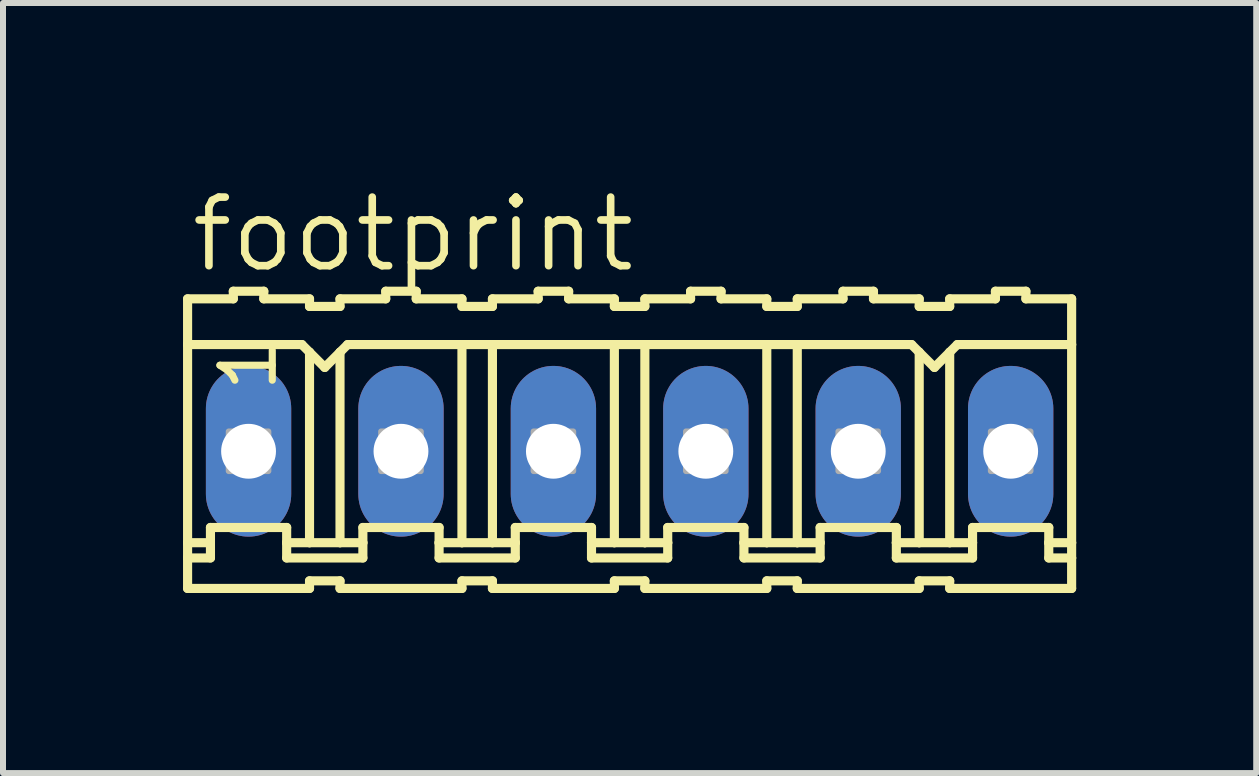
<source format=kicad_pcb>
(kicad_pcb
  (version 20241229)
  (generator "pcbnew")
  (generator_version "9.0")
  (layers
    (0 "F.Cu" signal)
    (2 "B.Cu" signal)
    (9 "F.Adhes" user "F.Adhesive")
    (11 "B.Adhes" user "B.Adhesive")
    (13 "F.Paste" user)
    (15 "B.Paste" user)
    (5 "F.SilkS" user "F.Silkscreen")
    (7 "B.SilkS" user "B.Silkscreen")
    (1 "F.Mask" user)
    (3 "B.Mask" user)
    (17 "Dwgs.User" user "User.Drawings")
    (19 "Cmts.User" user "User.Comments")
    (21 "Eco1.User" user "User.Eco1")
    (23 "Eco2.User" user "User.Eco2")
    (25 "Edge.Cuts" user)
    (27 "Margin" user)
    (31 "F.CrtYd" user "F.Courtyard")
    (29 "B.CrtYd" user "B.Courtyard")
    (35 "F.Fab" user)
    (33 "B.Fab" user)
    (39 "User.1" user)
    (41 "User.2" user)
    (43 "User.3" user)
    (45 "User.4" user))
  (footprint "footprint"
    (layer "F.Cu")
    (at 7.442 4.47)
    (property "Reference" "footprint" (at -7.366 -2.946 0) (layer "F.SilkS") (effects (font (size 1.143 1.143) (thickness 0.127)) (justify left bottom)))
    (fp_line (start -7.366 -2.54) (end -7.366 -1.778) (stroke (width 0.152) (type solid)) (layer "F.SilkS"))
    (fp_line (start -7.366 -2.54) (end -6.604 -2.54) (stroke (width 0.152) (type solid)) (layer "F.SilkS"))
    (fp_line (start -7.366 -1.778) (end -7.366 1.524) (stroke (width 0.152) (type solid)) (layer "F.SilkS"))
    (fp_line (start -7.366 1.524) (end -7.366 1.778) (stroke (width 0.152) (type solid)) (layer "F.SilkS"))
    (fp_line (start -7.366 1.778) (end -7.366 2.286) (stroke (width 0.152) (type solid)) (layer "F.SilkS"))
    (fp_line (start -7.366 1.778) (end -6.985 1.778) (stroke (width 0.152) (type solid)) (layer "F.SilkS"))
    (fp_line (start -6.985 1.27) (end -5.715 1.27) (stroke (width 0.152) (type solid)) (layer "F.SilkS"))
    (fp_line (start -6.985 1.524) (end -7.366 1.524) (stroke (width 0.152) (type solid)) (layer "F.SilkS"))
    (fp_line (start -6.985 1.524) (end -6.985 1.27) (stroke (width 0.152) (type solid)) (layer "F.SilkS"))
    (fp_line (start -6.985 1.778) (end -6.985 1.524) (stroke (width 0.152) (type solid)) (layer "F.SilkS"))
    (fp_line (start -6.604 -2.54) (end -6.604 -2.667) (stroke (width 0.152) (type solid)) (layer "F.SilkS"))
    (fp_line (start -6.096 -2.667) (end -6.604 -2.667) (stroke (width 0.152) (type solid)) (layer "F.SilkS"))
    (fp_line (start -6.096 -2.54) (end -6.096 -2.667) (stroke (width 0.152) (type solid)) (layer "F.SilkS"))
    (fp_line (start -5.715 1.524) (end -5.715 1.27) (stroke (width 0.152) (type solid)) (layer "F.SilkS"))
    (fp_line (start -5.715 1.524) (end -5.334 1.524) (stroke (width 0.152) (type solid)) (layer "F.SilkS"))
    (fp_line (start -5.715 1.778) (end -5.715 1.524) (stroke (width 0.152) (type solid)) (layer "F.SilkS"))
    (fp_line (start -5.461 -1.778) (end -7.366 -1.778) (stroke (width 0.152) (type solid)) (layer "F.SilkS"))
    (fp_line (start -5.461 -1.778) (end -5.334 -1.651) (stroke (width 0.152) (type solid)) (layer "F.SilkS"))
    (fp_line (start -5.334 -2.54) (end -6.096 -2.54) (stroke (width 0.152) (type solid)) (layer "F.SilkS"))
    (fp_line (start -5.334 -2.413) (end -5.334 -2.54) (stroke (width 0.152) (type solid)) (layer "F.SilkS"))
    (fp_line (start -5.334 -2.413) (end -4.826 -2.413) (stroke (width 0.152) (type solid)) (layer "F.SilkS"))
    (fp_line (start -5.334 -1.651) (end -5.334 1.524) (stroke (width 0.152) (type solid)) (layer "F.SilkS"))
    (fp_line (start -5.334 -1.651) (end -5.08 -1.397) (stroke (width 0.152) (type solid)) (layer "F.SilkS"))
    (fp_line (start -5.334 1.524) (end -4.826 1.524) (stroke (width 0.152) (type solid)) (layer "F.SilkS"))
    (fp_line (start -5.334 2.159) (end -5.334 2.286) (stroke (width 0.152) (type solid)) (layer "F.SilkS"))
    (fp_line (start -5.334 2.286) (end -7.366 2.286) (stroke (width 0.152) (type solid)) (layer "F.SilkS"))
    (fp_line (start -5.08 -1.397) (end -4.826 -1.651) (stroke (width 0.152) (type solid)) (layer "F.SilkS"))
    (fp_line (start -4.826 -2.54) (end -4.064 -2.54) (stroke (width 0.152) (type solid)) (layer "F.SilkS"))
    (fp_line (start -4.826 -2.413) (end -4.826 -2.54) (stroke (width 0.152) (type solid)) (layer "F.SilkS"))
    (fp_line (start -4.826 -1.651) (end -4.826 1.524) (stroke (width 0.152) (type solid)) (layer "F.SilkS"))
    (fp_line (start -4.826 -1.651) (end -4.699 -1.778) (stroke (width 0.152) (type solid)) (layer "F.SilkS"))
    (fp_line (start -4.826 1.524) (end -4.445 1.524) (stroke (width 0.152) (type solid)) (layer "F.SilkS"))
    (fp_line (start -4.826 2.159) (end -5.334 2.159) (stroke (width 0.152) (type solid)) (layer "F.SilkS"))
    (fp_line (start -4.826 2.159) (end -4.826 2.286) (stroke (width 0.152) (type solid)) (layer "F.SilkS"))
    (fp_line (start -4.826 2.286) (end -2.794 2.286) (stroke (width 0.152) (type solid)) (layer "F.SilkS"))
    (fp_line (start -4.699 -1.778) (end -2.794 -1.778) (stroke (width 0.152) (type solid)) (layer "F.SilkS"))
    (fp_line (start -4.445 1.27) (end -3.175 1.27) (stroke (width 0.152) (type solid)) (layer "F.SilkS"))
    (fp_line (start -4.445 1.524) (end -4.445 1.27) (stroke (width 0.152) (type solid)) (layer "F.SilkS"))
    (fp_line (start -4.445 1.778) (end -5.715 1.778) (stroke (width 0.152) (type solid)) (layer "F.SilkS"))
    (fp_line (start -4.445 1.778) (end -4.445 1.524) (stroke (width 0.152) (type solid)) (layer "F.SilkS"))
    (fp_line (start -4.064 -2.54) (end -4.064 -2.667) (stroke (width 0.152) (type solid)) (layer "F.SilkS"))
    (fp_line (start -3.556 -2.667) (end -4.064 -2.667) (stroke (width 0.152) (type solid)) (layer "F.SilkS"))
    (fp_line (start -3.556 -2.54) (end -3.556 -2.667) (stroke (width 0.152) (type solid)) (layer "F.SilkS"))
    (fp_line (start -3.556 -2.54) (end -2.794 -2.54) (stroke (width 0.152) (type solid)) (layer "F.SilkS"))
    (fp_line (start -3.175 1.524) (end -3.175 1.27) (stroke (width 0.152) (type solid)) (layer "F.SilkS"))
    (fp_line (start -3.175 1.524) (end -2.794 1.524) (stroke (width 0.152) (type solid)) (layer "F.SilkS"))
    (fp_line (start -3.175 1.778) (end -3.175 1.524) (stroke (width 0.152) (type solid)) (layer "F.SilkS"))
    (fp_line (start -3.175 1.778) (end -1.905 1.778) (stroke (width 0.152) (type solid)) (layer "F.SilkS"))
    (fp_line (start -2.794 -2.413) (end -2.794 -2.54) (stroke (width 0.152) (type solid)) (layer "F.SilkS"))
    (fp_line (start -2.794 -1.778) (end -2.794 1.524) (stroke (width 0.152) (type solid)) (layer "F.SilkS"))
    (fp_line (start -2.794 -1.778) (end -2.286 -1.778) (stroke (width 0.152) (type solid)) (layer "F.SilkS"))
    (fp_line (start -2.794 1.524) (end -2.286 1.524) (stroke (width 0.152) (type solid)) (layer "F.SilkS"))
    (fp_line (start -2.794 2.159) (end -2.794 2.286) (stroke (width 0.152) (type solid)) (layer "F.SilkS"))
    (fp_line (start -2.286 -2.54) (end -1.524 -2.54) (stroke (width 0.152) (type solid)) (layer "F.SilkS"))
    (fp_line (start -2.286 -2.413) (end -2.794 -2.413) (stroke (width 0.152) (type solid)) (layer "F.SilkS"))
    (fp_line (start -2.286 -2.413) (end -2.286 -2.54) (stroke (width 0.152) (type solid)) (layer "F.SilkS"))
    (fp_line (start -2.286 -1.778) (end -2.286 1.524) (stroke (width 0.152) (type solid)) (layer "F.SilkS"))
    (fp_line (start -2.286 -1.778) (end -0.254 -1.778) (stroke (width 0.152) (type solid)) (layer "F.SilkS"))
    (fp_line (start -2.286 1.524) (end -1.905 1.524) (stroke (width 0.152) (type solid)) (layer "F.SilkS"))
    (fp_line (start -2.286 2.159) (end -2.794 2.159) (stroke (width 0.152) (type solid)) (layer "F.SilkS"))
    (fp_line (start -2.286 2.159) (end -2.286 2.286) (stroke (width 0.152) (type solid)) (layer "F.SilkS"))
    (fp_line (start -1.905 1.27) (end -0.635 1.27) (stroke (width 0.152) (type solid)) (layer "F.SilkS"))
    (fp_line (start -1.905 1.524) (end -1.905 1.27) (stroke (width 0.152) (type solid)) (layer "F.SilkS"))
    (fp_line (start -1.905 1.778) (end -1.905 1.524) (stroke (width 0.152) (type solid)) (layer "F.SilkS"))
    (fp_line (start -1.524 -2.54) (end -1.524 -2.667) (stroke (width 0.152) (type solid)) (layer "F.SilkS"))
    (fp_line (start -1.016 -2.667) (end -1.524 -2.667) (stroke (width 0.152) (type solid)) (layer "F.SilkS"))
    (fp_line (start -1.016 -2.54) (end -1.016 -2.667) (stroke (width 0.152) (type solid)) (layer "F.SilkS"))
    (fp_line (start -1.016 -2.54) (end -0.254 -2.54) (stroke (width 0.152) (type solid)) (layer "F.SilkS"))
    (fp_line (start -0.635 1.524) (end -0.635 1.27) (stroke (width 0.152) (type solid)) (layer "F.SilkS"))
    (fp_line (start -0.635 1.524) (end -0.254 1.524) (stroke (width 0.152) (type solid)) (layer "F.SilkS"))
    (fp_line (start -0.635 1.778) (end -0.635 1.524) (stroke (width 0.152) (type solid)) (layer "F.SilkS"))
    (fp_line (start -0.254 -2.54) (end -0.254 -2.413) (stroke (width 0.152) (type solid)) (layer "F.SilkS"))
    (fp_line (start -0.254 -1.778) (end -0.254 1.524) (stroke (width 0.152) (type solid)) (layer "F.SilkS"))
    (fp_line (start -0.254 2.159) (end -0.254 2.286) (stroke (width 0.152) (type solid)) (layer "F.SilkS"))
    (fp_line (start -0.254 2.286) (end -2.286 2.286) (stroke (width 0.152) (type solid)) (layer "F.SilkS"))
    (fp_line (start 0.254 -2.54) (end 0.254 -2.413) (stroke (width 0.152) (type solid)) (layer "F.SilkS"))
    (fp_line (start 0.254 -2.54) (end 1.016 -2.54) (stroke (width 0.152) (type solid)) (layer "F.SilkS"))
    (fp_line (start 0.254 -2.413) (end -0.254 -2.413) (stroke (width 0.152) (type solid)) (layer "F.SilkS"))
    (fp_line (start 0.254 -1.778) (end -0.254 -1.778) (stroke (width 0.152) (type solid)) (layer "F.SilkS"))
    (fp_line (start 0.254 -1.778) (end 0.254 1.524) (stroke (width 0.152) (type solid)) (layer "F.SilkS"))
    (fp_line (start 0.254 -1.778) (end 2.286 -1.778) (stroke (width 0.152) (type solid)) (layer "F.SilkS"))
    (fp_line (start 0.254 1.524) (end -0.254 1.524) (stroke (width 0.152) (type solid)) (layer "F.SilkS"))
    (fp_line (start 0.254 2.159) (end -0.254 2.159) (stroke (width 0.152) (type solid)) (layer "F.SilkS"))
    (fp_line (start 0.254 2.159) (end 0.254 2.286) (stroke (width 0.152) (type solid)) (layer "F.SilkS"))
    (fp_line (start 0.635 1.27) (end 1.905 1.27) (stroke (width 0.152) (type solid)) (layer "F.SilkS"))
    (fp_line (start 0.635 1.524) (end 0.254 1.524) (stroke (width 0.152) (type solid)) (layer "F.SilkS"))
    (fp_line (start 0.635 1.524) (end 0.635 1.27) (stroke (width 0.152) (type solid)) (layer "F.SilkS"))
    (fp_line (start 0.635 1.778) (end -0.635 1.778) (stroke (width 0.152) (type solid)) (layer "F.SilkS"))
    (fp_line (start 0.635 1.778) (end 0.635 1.524) (stroke (width 0.152) (type solid)) (layer "F.SilkS"))
    (fp_line (start 1.016 -2.54) (end 1.016 -2.667) (stroke (width 0.152) (type solid)) (layer "F.SilkS"))
    (fp_line (start 1.524 -2.667) (end 1.016 -2.667) (stroke (width 0.152) (type solid)) (layer "F.SilkS"))
    (fp_line (start 1.524 -2.54) (end 1.524 -2.667) (stroke (width 0.152) (type solid)) (layer "F.SilkS"))
    (fp_line (start 1.905 1.524) (end 1.905 1.27) (stroke (width 0.152) (type solid)) (layer "F.SilkS"))
    (fp_line (start 1.905 1.524) (end 2.286 1.524) (stroke (width 0.152) (type solid)) (layer "F.SilkS"))
    (fp_line (start 1.905 1.778) (end 1.905 1.524) (stroke (width 0.152) (type solid)) (layer "F.SilkS"))
    (fp_line (start 2.286 -2.54) (end 1.524 -2.54) (stroke (width 0.152) (type solid)) (layer "F.SilkS"))
    (fp_line (start 2.286 -2.413) (end 2.286 -2.54) (stroke (width 0.152) (type solid)) (layer "F.SilkS"))
    (fp_line (start 2.286 -2.413) (end 2.794 -2.413) (stroke (width 0.152) (type solid)) (layer "F.SilkS"))
    (fp_line (start 2.286 -1.778) (end 2.286 1.524) (stroke (width 0.152) (type solid)) (layer "F.SilkS"))
    (fp_line (start 2.286 -1.778) (end 2.794 -1.778) (stroke (width 0.152) (type solid)) (layer "F.SilkS"))
    (fp_line (start 2.286 1.524) (end 2.794 1.524) (stroke (width 0.152) (type solid)) (layer "F.SilkS"))
    (fp_line (start 2.286 2.159) (end 2.286 2.286) (stroke (width 0.152) (type solid)) (layer "F.SilkS"))
    (fp_line (start 2.286 2.286) (end 0.254 2.286) (stroke (width 0.152) (type solid)) (layer "F.SilkS"))
    (fp_line (start 2.794 -2.54) (end 3.556 -2.54) (stroke (width 0.152) (type solid)) (layer "F.SilkS"))
    (fp_line (start 2.794 -2.413) (end 2.794 -2.54) (stroke (width 0.152) (type solid)) (layer "F.SilkS"))
    (fp_line (start 2.794 -1.778) (end 2.794 1.524) (stroke (width 0.152) (type solid)) (layer "F.SilkS"))
    (fp_line (start 2.794 -1.778) (end 4.699 -1.778) (stroke (width 0.152) (type solid)) (layer "F.SilkS"))
    (fp_line (start 2.794 1.524) (end 3.175 1.524) (stroke (width 0.152) (type solid)) (layer "F.SilkS"))
    (fp_line (start 2.794 2.159) (end 2.286 2.159) (stroke (width 0.152) (type solid)) (layer "F.SilkS"))
    (fp_line (start 2.794 2.159) (end 2.794 2.286) (stroke (width 0.152) (type solid)) (layer "F.SilkS"))
    (fp_line (start 2.794 2.286) (end 4.826 2.286) (stroke (width 0.152) (type solid)) (layer "F.SilkS"))
    (fp_line (start 3.175 1.27) (end 4.445 1.27) (stroke (width 0.152) (type solid)) (layer "F.SilkS"))
    (fp_line (start 3.175 1.524) (end 3.175 1.27) (stroke (width 0.152) (type solid)) (layer "F.SilkS"))
    (fp_line (start 3.175 1.778) (end 1.905 1.778) (stroke (width 0.152) (type solid)) (layer "F.SilkS"))
    (fp_line (start 3.175 1.778) (end 3.175 1.524) (stroke (width 0.152) (type solid)) (layer "F.SilkS"))
    (fp_line (start 3.556 -2.54) (end 3.556 -2.667) (stroke (width 0.152) (type solid)) (layer "F.SilkS"))
    (fp_line (start 4.064 -2.667) (end 3.556 -2.667) (stroke (width 0.152) (type solid)) (layer "F.SilkS"))
    (fp_line (start 4.064 -2.54) (end 4.064 -2.667) (stroke (width 0.152) (type solid)) (layer "F.SilkS"))
    (fp_line (start 4.064 -2.54) (end 4.826 -2.54) (stroke (width 0.152) (type solid)) (layer "F.SilkS"))
    (fp_line (start 4.445 1.524) (end 4.445 1.27) (stroke (width 0.152) (type solid)) (layer "F.SilkS"))
    (fp_line (start 4.445 1.524) (end 4.826 1.524) (stroke (width 0.152) (type solid)) (layer "F.SilkS"))
    (fp_line (start 4.445 1.778) (end 4.445 1.524) (stroke (width 0.152) (type solid)) (layer "F.SilkS"))
    (fp_line (start 4.445 1.778) (end 5.715 1.778) (stroke (width 0.152) (type solid)) (layer "F.SilkS"))
    (fp_line (start 4.699 -1.778) (end 4.826 -1.651) (stroke (width 0.152) (type solid)) (layer "F.SilkS"))
    (fp_line (start 4.826 -2.413) (end 4.826 -2.54) (stroke (width 0.152) (type solid)) (layer "F.SilkS"))
    (fp_line (start 4.826 -1.651) (end 4.826 1.524) (stroke (width 0.152) (type solid)) (layer "F.SilkS"))
    (fp_line (start 4.826 -1.651) (end 5.08 -1.397) (stroke (width 0.152) (type solid)) (layer "F.SilkS"))
    (fp_line (start 4.826 1.524) (end 5.334 1.524) (stroke (width 0.152) (type solid)) (layer "F.SilkS"))
    (fp_line (start 4.826 2.159) (end 4.826 2.286) (stroke (width 0.152) (type solid)) (layer "F.SilkS"))
    (fp_line (start 5.08 -1.397) (end 5.334 -1.651) (stroke (width 0.152) (type solid)) (layer "F.SilkS"))
    (fp_line (start 5.334 -2.54) (end 6.096 -2.54) (stroke (width 0.152) (type solid)) (layer "F.SilkS"))
    (fp_line (start 5.334 -2.413) (end 4.826 -2.413) (stroke (width 0.152) (type solid)) (layer "F.SilkS"))
    (fp_line (start 5.334 -2.413) (end 5.334 -2.54) (stroke (width 0.152) (type solid)) (layer "F.SilkS"))
    (fp_line (start 5.334 -1.651) (end 5.334 1.524) (stroke (width 0.152) (type solid)) (layer "F.SilkS"))
    (fp_line (start 5.334 -1.651) (end 5.461 -1.778) (stroke (width 0.152) (type solid)) (layer "F.SilkS"))
    (fp_line (start 5.334 1.524) (end 5.715 1.524) (stroke (width 0.152) (type solid)) (layer "F.SilkS"))
    (fp_line (start 5.334 2.159) (end 4.826 2.159) (stroke (width 0.152) (type solid)) (layer "F.SilkS"))
    (fp_line (start 5.334 2.159) (end 5.334 2.286) (stroke (width 0.152) (type solid)) (layer "F.SilkS"))
    (fp_line (start 5.461 -1.778) (end 7.366 -1.778) (stroke (width 0.152) (type solid)) (layer "F.SilkS"))
    (fp_line (start 5.715 1.27) (end 6.985 1.27) (stroke (width 0.152) (type solid)) (layer "F.SilkS"))
    (fp_line (start 5.715 1.524) (end 5.715 1.27) (stroke (width 0.152) (type solid)) (layer "F.SilkS"))
    (fp_line (start 5.715 1.778) (end 5.715 1.524) (stroke (width 0.152) (type solid)) (layer "F.SilkS"))
    (fp_line (start 6.096 -2.54) (end 6.096 -2.667) (stroke (width 0.152) (type solid)) (layer "F.SilkS"))
    (fp_line (start 6.604 -2.667) (end 6.096 -2.667) (stroke (width 0.152) (type solid)) (layer "F.SilkS"))
    (fp_line (start 6.604 -2.54) (end 6.604 -2.667) (stroke (width 0.152) (type solid)) (layer "F.SilkS"))
    (fp_line (start 6.604 -2.54) (end 7.366 -2.54) (stroke (width 0.152) (type solid)) (layer "F.SilkS"))
    (fp_line (start 6.985 1.524) (end 6.985 1.27) (stroke (width 0.152) (type solid)) (layer "F.SilkS"))
    (fp_line (start 6.985 1.524) (end 7.366 1.524) (stroke (width 0.152) (type solid)) (layer "F.SilkS"))
    (fp_line (start 6.985 1.778) (end 6.985 1.524) (stroke (width 0.152) (type solid)) (layer "F.SilkS"))
    (fp_line (start 7.366 -1.778) (end 7.366 -2.54) (stroke (width 0.152) (type solid)) (layer "F.SilkS"))
    (fp_line (start 7.366 -1.778) (end 7.366 1.524) (stroke (width 0.152) (type solid)) (layer "F.SilkS"))
    (fp_line (start 7.366 1.524) (end 7.366 1.778) (stroke (width 0.152) (type solid)) (layer "F.SilkS"))
    (fp_line (start 7.366 1.778) (end 6.985 1.778) (stroke (width 0.152) (type solid)) (layer "F.SilkS"))
    (fp_line (start 7.366 1.778) (end 7.366 2.286) (stroke (width 0.152) (type solid)) (layer "F.SilkS"))
    (fp_line (start 7.366 2.286) (end 5.334 2.286) (stroke (width 0.152) (type solid)) (layer "F.SilkS"))
    (fp_poly (pts (xy -6.68 0.33) (xy -6.02 0.33) (xy -6.02 -0.33) (xy -6.68 -0.33)) (stroke (width 0.1) (type solid)) (fill no) (layer "F.Fab"))
    (fp_poly (pts (xy -4.14 0.33) (xy -3.48 0.33) (xy -3.48 -0.33) (xy -4.14 -0.33)) (stroke (width 0.1) (type solid)) (fill no) (layer "F.Fab"))
    (fp_poly (pts (xy -1.6 0.33) (xy -0.94 0.33) (xy -0.94 -0.33) (xy -1.6 -0.33)) (stroke (width 0.1) (type solid)) (fill no) (layer "F.Fab"))
    (fp_poly (pts (xy 0.94 0.33) (xy 1.6 0.33) (xy 1.6 -0.33) (xy 0.94 -0.33)) (stroke (width 0.1) (type solid)) (fill no) (layer "F.Fab"))
    (fp_poly (pts (xy 3.48 0.33) (xy 4.14 0.33) (xy 4.14 -0.33) (xy 3.48 -0.33)) (stroke (width 0.1) (type solid)) (fill no) (layer "F.Fab"))
    (fp_poly (pts (xy 6.02 0.33) (xy 6.68 0.33) (xy 6.68 -0.33) (xy 6.02 -0.33)) (stroke (width 0.1) (type solid)) (fill no) (layer "F.Fab"))
    (fp_text user "1" (at -5.842 -0.94 90) (layer "F.SilkS") (effects (font (size 0.872 0.872) (thickness 0.119)) (justify left bottom)))
    (pad "1" thru_hole oval (at -6.35 0 90) (size 2.845 1.422) (drill 0.914) (layers "*.Cu" "*.Mask"))
    (pad "2" thru_hole oval (at -3.81 0 90) (size 2.845 1.422) (drill 0.914) (layers "*.Cu" "*.Mask"))
    (pad "3" thru_hole oval (at -1.27 0 90) (size 2.845 1.422) (drill 0.914) (layers "*.Cu" "*.Mask"))
    (pad "4" thru_hole oval (at 1.27 0 90) (size 2.845 1.422) (drill 0.914) (layers "*.Cu" "*.Mask"))
    (pad "5" thru_hole oval (at 3.81 0 90) (size 2.845 1.422) (drill 0.914) (layers "*.Cu" "*.Mask"))
    (pad "6" thru_hole oval (at 6.35 0 90) (size 2.845 1.422) (drill 0.914) (layers "*.Cu" "*.Mask")))
  (gr_rect
    (start -3 -3)
    (end 17.884 9.833)
    (stroke (width 0.1) (type default))
    (fill no)
    (layer "Edge.Cuts")))
</source>
